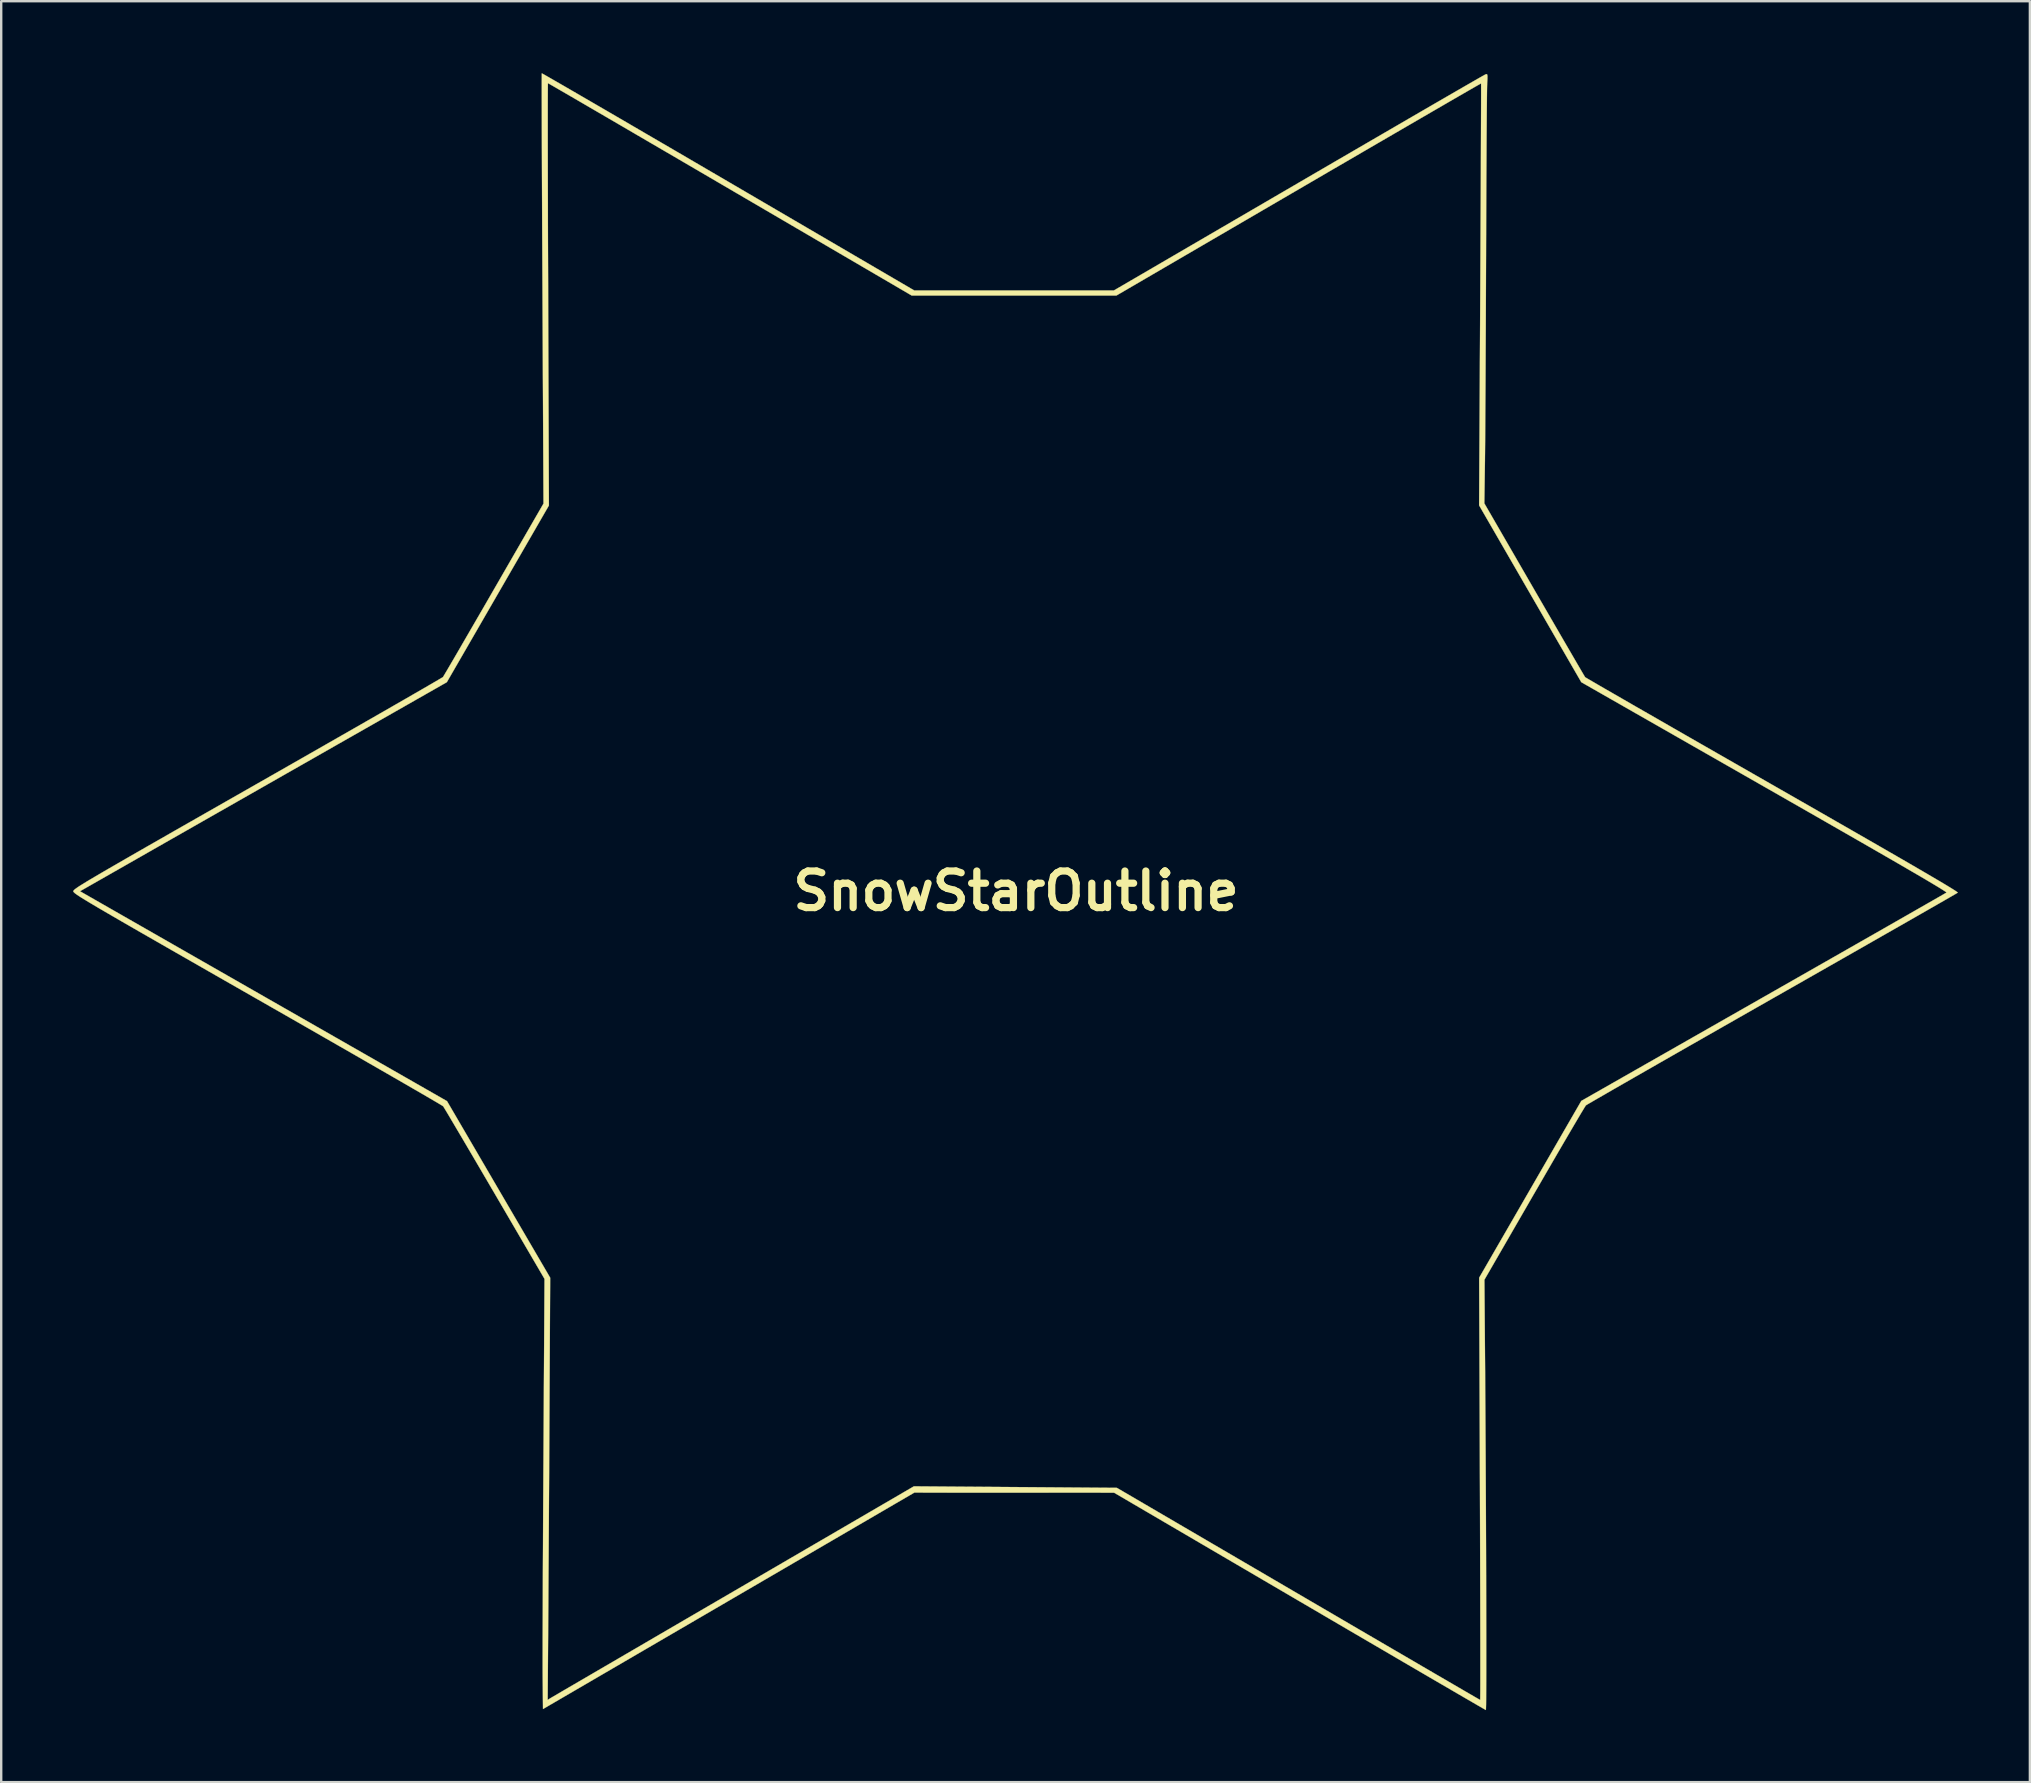
<source format=kicad_pcb>
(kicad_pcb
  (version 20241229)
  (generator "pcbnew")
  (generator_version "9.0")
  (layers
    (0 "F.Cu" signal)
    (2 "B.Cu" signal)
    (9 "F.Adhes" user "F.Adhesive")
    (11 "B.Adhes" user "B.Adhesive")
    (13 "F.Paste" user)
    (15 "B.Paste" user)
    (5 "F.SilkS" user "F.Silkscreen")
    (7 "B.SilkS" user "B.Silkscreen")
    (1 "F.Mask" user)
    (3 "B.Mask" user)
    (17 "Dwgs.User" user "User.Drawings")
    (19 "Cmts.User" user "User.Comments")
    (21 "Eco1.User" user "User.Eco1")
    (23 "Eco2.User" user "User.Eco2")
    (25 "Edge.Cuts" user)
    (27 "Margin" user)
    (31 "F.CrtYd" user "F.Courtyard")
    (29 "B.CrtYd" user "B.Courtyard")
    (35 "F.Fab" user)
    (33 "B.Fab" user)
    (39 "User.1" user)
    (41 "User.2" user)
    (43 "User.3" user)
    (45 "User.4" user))
  (footprint "SnowStarOutline"
    (layer "F.Cu")
    (at 39.276 34.069)
    (property "Reference" "SnowStarOutline" (at 0 0 0) (layer "F.SilkS") (effects (font (size 1.524 1.524) (thickness 0.3))))
    (attr through_hole)
    (fp_poly (pts (xy -19.718 -34.045) (xy -19.611 -33.985) (xy -19.437 -33.885) (xy -19.201 -33.749) (xy -18.904 -33.578) (xy -18.552 -33.374) (xy -18.147 -33.139) (xy -17.692 -32.875) (xy -17.191 -32.584) (xy -16.648 -32.268) (xy -16.065 -31.928) (xy -15.446 -31.567) (xy -14.794 -31.187) (xy -14.113 -30.79) (xy -13.406 -30.377) (xy -12.677 -29.951) (xy -11.99 -29.55) (xy -4.24 -25.019) (xy 4.075 -25.019) (xy 11.785 -29.513) (xy 12.531 -29.948) (xy 13.259 -30.372) (xy 13.964 -30.782) (xy 14.643 -31.177) (xy 15.293 -31.555) (xy 15.911 -31.914) (xy 16.492 -32.252) (xy 17.034 -32.566) (xy 17.533 -32.856) (xy 17.986 -33.118) (xy 18.389 -33.351) (xy 18.739 -33.553) (xy 19.033 -33.722) (xy 19.266 -33.856) (xy 19.436 -33.953) (xy 19.54 -34.01) (xy 19.572 -34.027) (xy 19.608 -34.031) (xy 19.629 -34.01) (xy 19.638 -33.95) (xy 19.637 -33.835) (xy 19.627 -33.653) (xy 19.626 -33.629) (xy 19.623 -33.54) (xy 19.62 -33.372) (xy 19.617 -33.128) (xy 19.614 -32.814) (xy 19.61 -32.435) (xy 19.607 -31.996) (xy 19.603 -31.501) (xy 19.6 -30.956) (xy 19.597 -30.365) (xy 19.593 -29.733) (xy 19.59 -29.065) (xy 19.587 -28.366) (xy 19.584 -27.64) (xy 19.581 -26.894) (xy 19.58 -26.458) (xy 19.577 -25.675) (xy 19.574 -24.894) (xy 19.571 -24.122) (xy 19.568 -23.365) (xy 19.564 -22.629) (xy 19.561 -21.92) (xy 19.558 -21.245) (xy 19.554 -20.61) (xy 19.55 -20.02) (xy 19.547 -19.483) (xy 19.544 -19.004) (xy 19.54 -18.59) (xy 19.537 -18.246) (xy 19.534 -17.98) (xy 19.534 -17.928) (xy 19.509 -16.15) (xy 21.589 -12.553) (xy 21.883 -12.045) (xy 22.165 -11.558) (xy 22.433 -11.096) (xy 22.683 -10.664) (xy 22.913 -10.268) (xy 23.12 -9.913) (xy 23.3 -9.603) (xy 23.451 -9.344) (xy 23.57 -9.141) (xy 23.654 -8.998) (xy 23.7 -8.922) (xy 23.708 -8.909) (xy 23.748 -8.884) (xy 23.858 -8.819) (xy 24.035 -8.716) (xy 24.275 -8.576) (xy 24.575 -8.402) (xy 24.932 -8.197) (xy 25.341 -7.961) (xy 25.8 -7.696) (xy 26.306 -7.406) (xy 26.854 -7.091) (xy 27.442 -6.753) (xy 28.066 -6.395) (xy 28.722 -6.019) (xy 29.407 -5.626) (xy 30.119 -5.219) (xy 30.853 -4.799) (xy 31.514 -4.421) (xy 32.464 -3.877) (xy 33.342 -3.375) (xy 34.15 -2.911) (xy 34.891 -2.486) (xy 35.565 -2.099) (xy 36.176 -1.747) (xy 36.724 -1.431) (xy 37.213 -1.148) (xy 37.643 -0.898) (xy 38.018 -0.679) (xy 38.338 -0.491) (xy 38.606 -0.333) (xy 38.823 -0.202) (xy 38.992 -0.099) (xy 39.115 -0.021) (xy 39.193 0.032) (xy 39.228 0.061) (xy 39.23 0.067) (xy 39.189 0.092) (xy 39.078 0.157) (xy 38.9 0.26) (xy 38.658 0.399) (xy 38.357 0.572) (xy 37.999 0.777) (xy 37.589 1.012) (xy 37.129 1.275) (xy 36.623 1.564) (xy 36.074 1.877) (xy 35.486 2.213) (xy 34.862 2.569) (xy 34.206 2.943) (xy 33.521 3.333) (xy 32.81 3.738) (xy 32.078 4.155) (xy 31.496 4.486) (xy 30.748 4.912) (xy 30.02 5.327) (xy 29.314 5.729) (xy 28.635 6.117) (xy 27.984 6.488) (xy 27.367 6.841) (xy 26.786 7.173) (xy 26.246 7.482) (xy 25.748 7.767) (xy 25.297 8.026) (xy 24.896 8.256) (xy 24.55 8.456) (xy 24.26 8.623) (xy 24.031 8.756) (xy 23.865 8.852) (xy 23.768 8.91) (xy 23.741 8.928) (xy 23.71 8.973) (xy 23.64 9.087) (xy 23.533 9.264) (xy 23.393 9.5) (xy 23.223 9.788) (xy 23.026 10.124) (xy 22.804 10.503) (xy 22.561 10.92) (xy 22.3 11.37) (xy 22.023 11.847) (xy 21.734 12.347) (xy 21.59 12.594) (xy 19.512 16.192) (xy 19.535 19.198) (xy 19.541 20.008) (xy 19.546 20.832) (xy 19.552 21.667) (xy 19.557 22.508) (xy 19.562 23.351) (xy 19.566 24.192) (xy 19.57 25.027) (xy 19.574 25.85) (xy 19.577 26.659) (xy 19.58 27.449) (xy 19.582 28.215) (xy 19.584 28.954) (xy 19.586 29.66) (xy 19.587 30.331) (xy 19.588 30.96) (xy 19.588 31.546) (xy 19.588 32.082) (xy 19.588 32.565) (xy 19.587 32.991) (xy 19.585 33.355) (xy 19.583 33.653) (xy 19.581 33.881) (xy 19.577 34.035) (xy 19.574 34.109) (xy 19.572 34.116) (xy 19.533 34.095) (xy 19.424 34.033) (xy 19.248 33.931) (xy 19.01 33.793) (xy 18.712 33.62) (xy 18.358 33.414) (xy 17.952 33.177) (xy 17.496 32.912) (xy 16.994 32.619) (xy 16.449 32.301) (xy 15.865 31.96) (xy 15.246 31.597) (xy 14.593 31.216) (xy 13.912 30.818) (xy 13.205 30.404) (xy 12.476 29.977) (xy 11.811 29.588) (xy 4.085 25.064) (xy -0.077 25.063) (xy -4.239 25.061) (xy -11.973 29.569) (xy -19.706 34.076) (xy -19.719 32.754) (xy -19.72 32.57) (xy -19.721 32.307) (xy -19.721 31.969) (xy -19.72 31.563) (xy -19.72 31.093) (xy -19.718 30.564) (xy -19.716 29.983) (xy -19.714 29.353) (xy -19.712 28.681) (xy -19.709 27.971) (xy -19.705 27.229) (xy -19.702 26.46) (xy -19.698 25.67) (xy -19.693 24.863) (xy -19.689 24.045) (xy -19.687 23.794) (xy -19.643 16.156) (xy -21.723 12.597) (xy -22.019 12.092) (xy -22.303 11.607) (xy -22.573 11.146) (xy -22.826 10.716) (xy -23.058 10.321) (xy -23.268 9.967) (xy -23.451 9.657) (xy -23.604 9.398) (xy -23.725 9.195) (xy -23.811 9.053) (xy -23.859 8.976) (xy -23.867 8.965) (xy -23.909 8.937) (xy -24.022 8.869) (xy -24.201 8.763) (xy -24.444 8.621) (xy -24.746 8.445) (xy -25.104 8.238) (xy -25.515 8) (xy -25.976 7.734) (xy -26.483 7.442) (xy -27.032 7.126) (xy -27.62 6.787) (xy -28.244 6.429) (xy -28.9 6.053) (xy -29.585 5.66) (xy -30.295 5.253) (xy -31.027 4.835) (xy -31.601 4.507) (xy -32.486 4.001) (xy -33.301 3.535) (xy -34.048 3.107) (xy -34.73 2.717) (xy -35.351 2.361) (xy -35.912 2.039) (xy -36.418 1.749) (xy -36.87 1.489) (xy -37.272 1.257) (xy -37.627 1.051) (xy -37.938 0.87) (xy -38.207 0.713) (xy -38.438 0.576) (xy -38.633 0.46) (xy -38.795 0.361) (xy -38.928 0.279) (xy -39.034 0.212) (xy -39.116 0.157) (xy -39.177 0.113) (xy -39.22 0.079) (xy -39.248 0.052) (xy -39.264 0.031) (xy -39.27 0.015) (xy -39.271 0.008) (xy -39.271 0.008) (xy -38.993 0.008) (xy -31.349 4.38) (xy -23.704 8.752) (xy -21.556 12.43) (xy -19.407 16.108) (xy -19.436 21.569) (xy -19.44 22.321) (xy -19.444 23.1) (xy -19.449 23.898) (xy -19.453 24.704) (xy -19.458 25.508) (xy -19.462 26.3) (xy -19.467 27.07) (xy -19.471 27.807) (xy -19.476 28.503) (xy -19.48 29.147) (xy -19.483 29.729) (xy -19.487 30.239) (xy -19.488 30.363) (xy -19.511 33.696) (xy -19.418 33.637) (xy -19.373 33.61) (xy -19.258 33.543) (xy -19.077 33.437) (xy -18.833 33.294) (xy -18.53 33.117) (xy -18.171 32.908) (xy -17.759 32.668) (xy -17.299 32.399) (xy -16.794 32.105) (xy -16.246 31.785) (xy -15.66 31.444) (xy -15.039 31.081) (xy -14.387 30.701) (xy -13.706 30.304) (xy -13.001 29.893) (xy -12.274 29.47) (xy -11.79 29.188) (xy -4.255 24.798) (xy 4.199 24.861) (xy 11.756 29.279) (xy 12.494 29.71) (xy 13.213 30.13) (xy 13.908 30.537) (xy 14.578 30.928) (xy 15.217 31.301) (xy 15.824 31.655) (xy 16.394 31.987) (xy 16.924 32.297) (xy 17.41 32.58) (xy 17.85 32.836) (xy 18.24 33.063) (xy 18.576 33.259) (xy 18.855 33.421) (xy 19.073 33.548) (xy 19.228 33.637) (xy 19.316 33.687) (xy 19.335 33.697) (xy 19.337 33.656) (xy 19.338 33.533) (xy 19.34 33.334) (xy 19.341 33.062) (xy 19.341 32.721) (xy 19.341 32.315) (xy 19.341 31.848) (xy 19.341 31.324) (xy 19.34 30.746) (xy 19.339 30.119) (xy 19.338 29.447) (xy 19.336 28.734) (xy 19.334 27.983) (xy 19.332 27.198) (xy 19.33 26.384) (xy 19.327 25.544) (xy 19.325 24.903) (xy 19.293 16.108) (xy 23.548 8.742) (xy 31.126 4.424) (xy 31.868 4.001) (xy 32.591 3.589) (xy 33.291 3.19) (xy 33.965 2.806) (xy 34.608 2.439) (xy 35.219 2.09) (xy 35.793 1.763) (xy 36.327 1.458) (xy 36.818 1.177) (xy 37.261 0.924) (xy 37.654 0.699) (xy 37.993 0.505) (xy 38.275 0.344) (xy 38.496 0.217) (xy 38.652 0.127) (xy 38.741 0.075) (xy 38.76 0.064) (xy 38.746 0.046) (xy 38.687 0.004) (xy 38.581 -0.064) (xy 38.428 -0.159) (xy 38.225 -0.281) (xy 37.97 -0.433) (xy 37.661 -0.615) (xy 37.297 -0.827) (xy 36.876 -1.072) (xy 36.395 -1.35) (xy 35.854 -1.662) (xy 35.251 -2.009) (xy 34.582 -2.393) (xy 33.848 -2.814) (xy 33.045 -3.274) (xy 32.172 -3.773) (xy 31.228 -4.313) (xy 31.182 -4.339) (xy 23.548 -8.7) (xy 19.291 -16.066) (xy 19.338 -24.848) (xy 19.342 -25.704) (xy 19.346 -26.538) (xy 19.35 -27.344) (xy 19.354 -28.121) (xy 19.358 -28.863) (xy 19.361 -29.566) (xy 19.364 -30.227) (xy 19.366 -30.842) (xy 19.368 -31.406) (xy 19.37 -31.917) (xy 19.372 -32.369) (xy 19.373 -32.759) (xy 19.374 -33.083) (xy 19.374 -33.337) (xy 19.374 -33.517) (xy 19.373 -33.62) (xy 19.372 -33.643) (xy 19.335 -33.623) (xy 19.228 -33.563) (xy 19.055 -33.464) (xy 18.819 -33.328) (xy 18.523 -33.157) (xy 18.171 -32.954) (xy 17.767 -32.719) (xy 17.313 -32.456) (xy 16.813 -32.166) (xy 16.271 -31.851) (xy 15.69 -31.513) (xy 15.073 -31.155) (xy 14.424 -30.777) (xy 13.746 -30.382) (xy 13.042 -29.973) (xy 12.317 -29.55) (xy 11.77 -29.231) (xy 4.18 -24.807) (xy -4.345 -24.807) (xy -11.911 -29.231) (xy -12.649 -29.663) (xy -13.368 -30.083) (xy -14.064 -30.49) (xy -14.734 -30.881) (xy -15.374 -31.254) (xy -15.981 -31.609) (xy -16.552 -31.942) (xy -17.082 -32.251) (xy -17.569 -32.535) (xy -18.01 -32.792) (xy -18.4 -33.019) (xy -18.737 -33.215) (xy -19.017 -33.377) (xy -19.236 -33.504) (xy -19.392 -33.594) (xy -19.48 -33.644) (xy -19.5 -33.655) (xy -19.502 -33.613) (xy -19.504 -33.491) (xy -19.505 -33.292) (xy -19.506 -33.02) (xy -19.507 -32.679) (xy -19.507 -32.273) (xy -19.507 -31.805) (xy -19.507 -31.281) (xy -19.506 -30.704) (xy -19.505 -30.077) (xy -19.504 -29.405) (xy -19.502 -28.691) (xy -19.501 -27.94) (xy -19.499 -27.156) (xy -19.496 -26.342) (xy -19.493 -25.502) (xy -19.491 -24.858) (xy -19.46 -16.06) (xy -23.712 -8.7) (xy -27.572 -6.501) (xy -28.211 -6.138) (xy -28.907 -5.741) (xy -29.646 -5.32) (xy -30.415 -4.882) (xy -31.201 -4.434) (xy -31.989 -3.985) (xy -32.766 -3.542) (xy -33.518 -3.114) (xy -34.23 -2.708) (xy -34.891 -2.331) (xy -35.213 -2.148) (xy -38.993 0.008) (xy -39.271 0.008) (xy -39.268 -0.007) (xy -39.257 -0.025) (xy -39.236 -0.048) (xy -39.2 -0.079) (xy -39.148 -0.117) (xy -39.077 -0.167) (xy -38.983 -0.228) (xy -38.863 -0.302) (xy -38.716 -0.393) (xy -38.537 -0.5) (xy -38.324 -0.626) (xy -38.073 -0.773) (xy -37.783 -0.942) (xy -37.45 -1.134) (xy -37.071 -1.353) (xy -36.643 -1.599) (xy -36.164 -1.874) (xy -35.629 -2.179) (xy -35.038 -2.518) (xy -34.385 -2.89) (xy -33.67 -3.298) (xy -32.888 -3.744) (xy -32.037 -4.229) (xy -31.597 -4.48) (xy -30.85 -4.906) (xy -30.123 -5.321) (xy -29.419 -5.723) (xy -28.74 -6.111) (xy -28.092 -6.482) (xy -27.476 -6.834) (xy -26.897 -7.166) (xy -26.358 -7.475) (xy -25.862 -7.76) (xy -25.413 -8.018) (xy -25.015 -8.248) (xy -24.67 -8.447) (xy -24.383 -8.614) (xy -24.156 -8.746) (xy -23.993 -8.842) (xy -23.897 -8.899) (xy -23.872 -8.916) (xy -23.844 -8.961) (xy -23.777 -9.074) (xy -23.673 -9.25) (xy -23.536 -9.484) (xy -23.368 -9.771) (xy -23.173 -10.107) (xy -22.954 -10.485) (xy -22.713 -10.901) (xy -22.453 -11.349) (xy -22.177 -11.825) (xy -21.889 -12.324) (xy -21.753 -12.56) (xy -19.685 -16.142) (xy -19.728 -25.095) (xy -19.732 -25.96) (xy -19.736 -26.802) (xy -19.74 -27.617) (xy -19.743 -28.402) (xy -19.746 -29.153) (xy -19.749 -29.865) (xy -19.751 -30.536) (xy -19.753 -31.16) (xy -19.755 -31.734) (xy -19.756 -32.255) (xy -19.757 -32.718) (xy -19.758 -33.119) (xy -19.758 -33.455) (xy -19.758 -33.721) (xy -19.757 -33.914) (xy -19.757 -34.03) (xy -19.755 -34.064) (xy -19.718 -34.045)) (stroke (width 0.01) (type solid)) (fill yes) (layer "F.SilkS")))
  (gr_rect
    (start -3 -3)
    (end 81.511 71.191)
    (stroke (width 0.1) (type default))
    (fill no)
    (layer "Edge.Cuts")))
</source>
